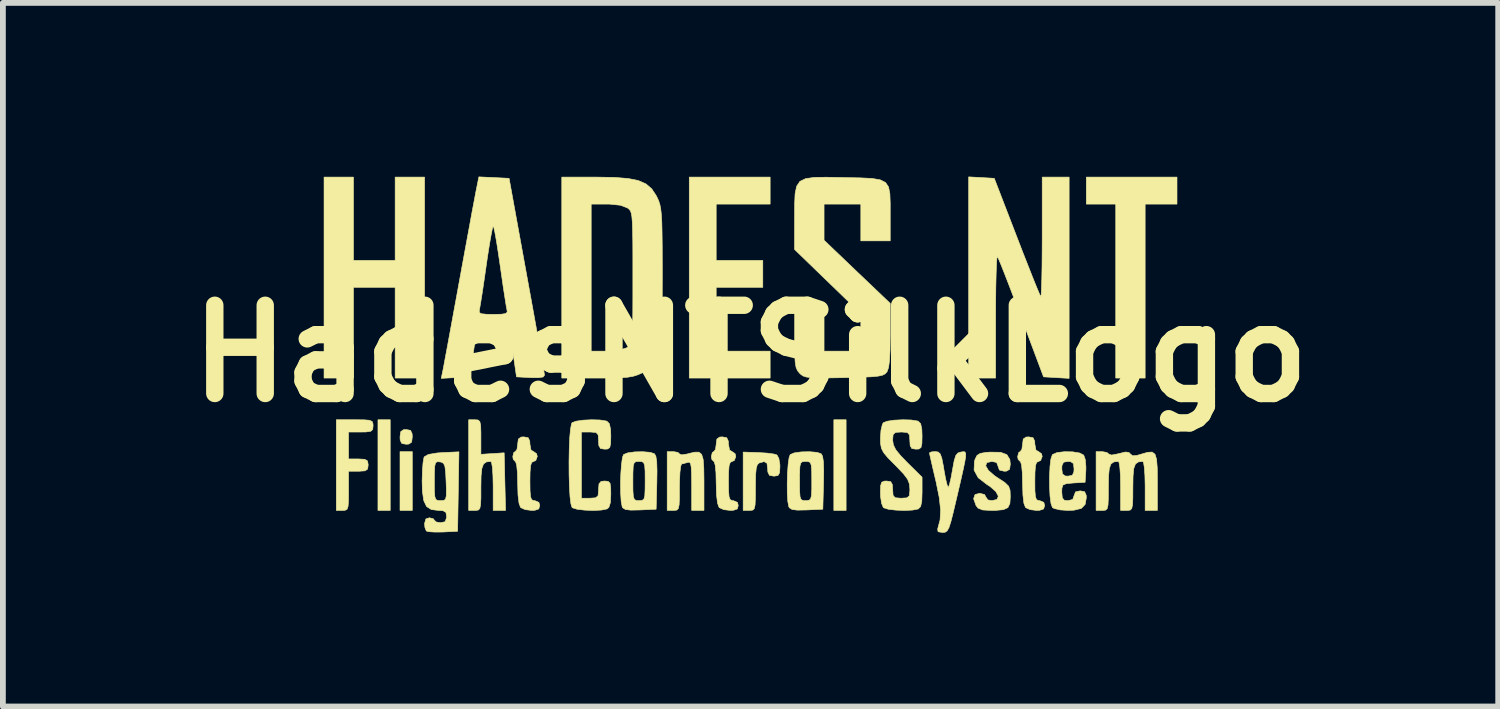
<source format=kicad_pcb>
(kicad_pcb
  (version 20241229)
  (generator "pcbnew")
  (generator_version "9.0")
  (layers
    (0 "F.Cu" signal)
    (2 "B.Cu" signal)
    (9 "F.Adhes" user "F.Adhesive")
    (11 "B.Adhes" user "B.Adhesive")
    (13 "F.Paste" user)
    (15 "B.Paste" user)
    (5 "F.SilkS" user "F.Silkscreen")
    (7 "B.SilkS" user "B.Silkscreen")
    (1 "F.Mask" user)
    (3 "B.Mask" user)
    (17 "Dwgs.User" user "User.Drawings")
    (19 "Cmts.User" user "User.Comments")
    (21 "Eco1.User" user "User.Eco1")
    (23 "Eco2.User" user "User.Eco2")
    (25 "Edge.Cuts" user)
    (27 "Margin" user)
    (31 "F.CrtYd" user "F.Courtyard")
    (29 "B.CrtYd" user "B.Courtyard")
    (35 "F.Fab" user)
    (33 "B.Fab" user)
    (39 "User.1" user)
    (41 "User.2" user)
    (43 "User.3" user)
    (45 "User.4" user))
  (footprint "HadesNTSilkLogo"
    (layer "F.Cu")
    (at 9.913 3.057)
    (property "Reference" "HadesNTSilkLogo" (at 0 0 0) (layer "F.SilkS") (effects (font (size 1.524 1.524) (thickness 0.3))))
    (attr through_hole)
    (fp_poly (pts (xy -6.223 2.709) (xy -6.435 2.709) (xy -6.435 1.143) (xy -6.223 1.143) (xy -6.223 2.709)) (stroke (width 0.01) (type solid)) (fill yes) (layer "F.SilkS"))
    (fp_poly (pts (xy -5.842 2.709) (xy -6.054 2.709) (xy -6.054 1.693) (xy -5.842 1.693) (xy -5.842 2.709)) (stroke (width 0.01) (type solid)) (fill yes) (layer "F.SilkS"))
    (fp_poly (pts (xy 1.651 2.709) (xy 1.439 2.709) (xy 1.439 1.143) (xy 1.651 1.143) (xy 1.651 2.709)) (stroke (width 0.01) (type solid)) (fill yes) (layer "F.SilkS"))
    (fp_poly (pts (xy 7.366 -2.582) (xy 6.816 -2.582) (xy 6.816 0.423) (xy 6.308 0.423) (xy 6.308 -2.582) (xy 5.8 -2.582) (xy 5.8 -3.048) (xy 7.366 -3.048) (xy 7.366 -2.582)) (stroke (width 0.01) (type solid)) (fill yes) (layer "F.SilkS"))
    (fp_poly (pts (xy -6.858 -1.609) (xy -6.138 -1.609) (xy -6.138 -3.048) (xy -5.63 -3.048) (xy -5.63 0.423) (xy -6.138 0.423) (xy -6.138 -1.143) (xy -6.858 -1.143) (xy -6.858 0.423) (xy -7.366 0.423) (xy -7.366 -3.048) (xy -6.858 -3.048) (xy -6.858 -1.609)) (stroke (width 0.01) (type solid)) (fill yes) (layer "F.SilkS"))
    (fp_poly (pts (xy -5.872 1.326) (xy -5.845 1.384) (xy -5.842 1.439) (xy -5.853 1.53) (xy -5.902 1.563) (xy -5.948 1.566) (xy -6.023 1.553) (xy -6.051 1.495) (xy -6.054 1.439) (xy -6.042 1.349) (xy -5.994 1.315) (xy -5.948 1.312) (xy -5.872 1.326)) (stroke (width 0.01) (type solid)) (fill yes) (layer "F.SilkS"))
    (fp_poly (pts (xy 0.339 -2.582) (xy -0.593 -2.582) (xy -0.593 -1.609) (xy 0.212 -1.609) (xy 0.212 -1.143) (xy -0.593 -1.143) (xy -0.593 -0.042) (xy 0.339 -0.042) (xy 0.339 0.423) (xy -1.058 0.423) (xy -1.058 -3.048) (xy 0.339 -3.048) (xy 0.339 -2.582)) (stroke (width 0.01) (type solid)) (fill yes) (layer "F.SilkS"))
    (fp_poly (pts (xy -6.675 1.144) (xy -6.581 1.152) (xy -6.535 1.173) (xy -6.521 1.212) (xy -6.519 1.249) (xy -6.526 1.312) (xy -6.561 1.343) (xy -6.646 1.354) (xy -6.731 1.355) (xy -6.943 1.355) (xy -6.943 1.82) (xy -6.773 1.82) (xy -6.664 1.826) (xy -6.616 1.853) (xy -6.604 1.917) (xy -6.604 1.926) (xy -6.613 1.994) (xy -6.657 2.025) (xy -6.759 2.032) (xy -6.773 2.032) (xy -6.943 2.032) (xy -6.943 2.371) (xy -6.944 2.539) (xy -6.951 2.639) (xy -6.969 2.69) (xy -7.004 2.707) (xy -7.048 2.709) (xy -7.154 2.709) (xy -7.154 1.143) (xy -6.837 1.143) (xy -6.675 1.144)) (stroke (width 0.01) (type solid)) (fill yes) (layer "F.SilkS"))
    (fp_poly (pts (xy -4.707 1.147) (xy -4.676 1.173) (xy -4.661 1.237) (xy -4.657 1.359) (xy -4.657 1.441) (xy -4.657 1.74) (xy -4.456 1.727) (xy -4.255 1.714) (xy -4.243 2.212) (xy -4.231 2.709) (xy -4.445 2.709) (xy -4.445 2.286) (xy -4.449 2.108) (xy -4.458 1.967) (xy -4.473 1.881) (xy -4.484 1.863) (xy -4.561 1.871) (xy -4.611 1.906) (xy -4.64 1.983) (xy -4.654 2.115) (xy -4.657 2.312) (xy -4.657 2.497) (xy -4.663 2.613) (xy -4.676 2.677) (xy -4.703 2.703) (xy -4.746 2.709) (xy -4.763 2.709) (xy -4.868 2.709) (xy -4.868 1.143) (xy -4.763 1.143) (xy -4.707 1.147)) (stroke (width 0.01) (type solid)) (fill yes) (layer "F.SilkS"))
    (fp_poly (pts (xy 0.138 1.71) (xy 0.286 1.719) (xy 0.403 1.735) (xy 0.456 1.751) (xy 0.489 1.81) (xy 0.507 1.918) (xy 0.508 1.95) (xy 0.502 2.058) (xy 0.474 2.106) (xy 0.409 2.117) (xy 0.402 2.117) (xy 0.327 2.103) (xy 0.299 2.045) (xy 0.296 1.99) (xy 0.284 1.893) (xy 0.235 1.866) (xy 0.152 1.888) (xy 0.119 1.916) (xy 0.099 1.979) (xy 0.088 2.093) (xy 0.085 2.274) (xy 0.085 2.312) (xy 0.084 2.497) (xy 0.079 2.613) (xy 0.065 2.677) (xy 0.039 2.703) (xy -0.005 2.709) (xy -0.021 2.709) (xy -0.127 2.709) (xy -0.127 1.701) (xy 0.138 1.71)) (stroke (width 0.01) (type solid)) (fill yes) (layer "F.SilkS"))
    (fp_poly (pts (xy -1.254 1.707) (xy -1.228 1.732) (xy -1.192 1.749) (xy -1.096 1.735) (xy -1.076 1.729) (xy -0.967 1.703) (xy -0.891 1.703) (xy -0.844 1.741) (xy -0.818 1.828) (xy -0.807 1.976) (xy -0.804 2.195) (xy -0.804 2.221) (xy -0.804 2.709) (xy -1.016 2.709) (xy -1.016 2.281) (xy -1.018 2.087) (xy -1.024 1.964) (xy -1.036 1.898) (xy -1.058 1.875) (xy -1.083 1.879) (xy -1.164 1.902) (xy -1.189 1.905) (xy -1.205 1.944) (xy -1.219 2.05) (xy -1.226 2.203) (xy -1.228 2.307) (xy -1.228 2.493) (xy -1.233 2.611) (xy -1.247 2.676) (xy -1.273 2.703) (xy -1.316 2.709) (xy -1.333 2.709) (xy -1.439 2.709) (xy -1.439 1.693) (xy -1.333 1.693) (xy -1.254 1.707)) (stroke (width 0.01) (type solid)) (fill yes) (layer "F.SilkS"))
    (fp_poly (pts (xy 3.989 -3.04) (xy 4.21 -3.027) (xy 4.599 -2.018) (xy 4.705 -1.743) (xy 4.803 -1.495) (xy 4.886 -1.284) (xy 4.952 -1.122) (xy 4.996 -1.018) (xy 5.013 -0.985) (xy 5.02 -1.018) (xy 5.026 -1.125) (xy 5.031 -1.294) (xy 5.035 -1.515) (xy 5.037 -1.777) (xy 5.038 -2.004) (xy 5.038 -3.048) (xy 5.503 -3.048) (xy 5.503 0.428) (xy 5.282 0.415) (xy 5.061 0.402) (xy 4.677 -0.623) (xy 4.572 -0.9) (xy 4.476 -1.152) (xy 4.393 -1.366) (xy 4.327 -1.533) (xy 4.282 -1.64) (xy 4.263 -1.677) (xy 4.255 -1.645) (xy 4.248 -1.54) (xy 4.242 -1.371) (xy 4.237 -1.15) (xy 4.234 -0.888) (xy 4.233 -0.642) (xy 4.233 0.423) (xy 3.768 0.423) (xy 3.768 -3.052) (xy 3.989 -3.04)) (stroke (width 0.01) (type solid)) (fill yes) (layer "F.SilkS"))
    (fp_poly (pts (xy -3.84 1.453) (xy -3.813 1.511) (xy -3.81 1.566) (xy -3.791 1.667) (xy -3.747 1.693) (xy -3.695 1.729) (xy -3.683 1.778) (xy -3.709 1.847) (xy -3.747 1.863) (xy -3.779 1.879) (xy -3.799 1.936) (xy -3.808 2.051) (xy -3.81 2.201) (xy -3.808 2.37) (xy -3.8 2.471) (xy -3.781 2.522) (xy -3.748 2.539) (xy -3.725 2.54) (xy -3.655 2.57) (xy -3.641 2.625) (xy -3.658 2.684) (xy -3.727 2.707) (xy -3.78 2.709) (xy -3.893 2.695) (xy -3.97 2.66) (xy -3.971 2.659) (xy -3.998 2.587) (xy -4.016 2.442) (xy -4.022 2.235) (xy -4.022 2.235) (xy -4.026 2.056) (xy -4.039 1.928) (xy -4.058 1.866) (xy -4.064 1.863) (xy -4.098 1.827) (xy -4.106 1.778) (xy -4.089 1.709) (xy -4.064 1.693) (xy -4.034 1.657) (xy -4.022 1.568) (xy -4.022 1.566) (xy -4.01 1.476) (xy -3.962 1.442) (xy -3.916 1.439) (xy -3.84 1.453)) (stroke (width 0.01) (type solid)) (fill yes) (layer "F.SilkS"))
    (fp_poly (pts (xy -0.411 1.453) (xy -0.384 1.511) (xy -0.381 1.566) (xy -0.362 1.667) (xy -0.318 1.693) (xy -0.266 1.729) (xy -0.254 1.778) (xy -0.28 1.847) (xy -0.318 1.863) (xy -0.35 1.879) (xy -0.37 1.936) (xy -0.379 2.051) (xy -0.381 2.201) (xy -0.379 2.37) (xy -0.371 2.471) (xy -0.352 2.522) (xy -0.319 2.539) (xy -0.296 2.54) (xy -0.226 2.57) (xy -0.212 2.625) (xy -0.229 2.684) (xy -0.298 2.707) (xy -0.351 2.709) (xy -0.464 2.695) (xy -0.541 2.66) (xy -0.542 2.659) (xy -0.569 2.587) (xy -0.587 2.442) (xy -0.593 2.235) (xy -0.593 2.235) (xy -0.597 2.056) (xy -0.61 1.928) (xy -0.629 1.866) (xy -0.635 1.863) (xy -0.669 1.827) (xy -0.677 1.778) (xy -0.66 1.709) (xy -0.635 1.693) (xy -0.605 1.657) (xy -0.593 1.568) (xy -0.593 1.566) (xy -0.581 1.476) (xy -0.533 1.442) (xy -0.487 1.439) (xy -0.411 1.453)) (stroke (width 0.01) (type solid)) (fill yes) (layer "F.SilkS"))
    (fp_poly (pts (xy 4.88 1.453) (xy 4.908 1.511) (xy 4.911 1.566) (xy 4.93 1.667) (xy 4.974 1.693) (xy 5.026 1.729) (xy 5.038 1.778) (xy 5.011 1.847) (xy 4.974 1.863) (xy 4.942 1.879) (xy 4.922 1.936) (xy 4.913 2.051) (xy 4.911 2.201) (xy 4.912 2.37) (xy 4.921 2.471) (xy 4.939 2.522) (xy 4.973 2.539) (xy 4.995 2.54) (xy 5.066 2.57) (xy 5.08 2.625) (xy 5.062 2.684) (xy 4.994 2.707) (xy 4.94 2.709) (xy 4.828 2.695) (xy 4.751 2.66) (xy 4.75 2.659) (xy 4.722 2.587) (xy 4.705 2.442) (xy 4.699 2.235) (xy 4.699 2.235) (xy 4.694 2.056) (xy 4.682 1.928) (xy 4.663 1.866) (xy 4.657 1.863) (xy 4.622 1.827) (xy 4.614 1.778) (xy 4.632 1.709) (xy 4.657 1.693) (xy 4.686 1.657) (xy 4.699 1.568) (xy 4.699 1.566) (xy 4.71 1.476) (xy 4.759 1.442) (xy 4.805 1.439) (xy 4.88 1.453)) (stroke (width 0.01) (type solid)) (fill yes) (layer "F.SilkS"))
    (fp_poly (pts (xy -1.733 1.706) (xy -1.66 1.729) (xy -1.635 1.772) (xy -1.62 1.867) (xy -1.615 2.025) (xy -1.618 2.226) (xy -1.63 2.688) (xy -1.91 2.701) (xy -2.068 2.704) (xy -2.16 2.693) (xy -2.206 2.665) (xy -2.217 2.644) (xy -2.234 2.555) (xy -2.243 2.414) (xy -2.245 2.244) (xy -2.244 2.201) (xy -2.032 2.201) (xy -2.031 2.369) (xy -2.024 2.47) (xy -2.006 2.52) (xy -1.971 2.538) (xy -1.926 2.54) (xy -1.874 2.536) (xy -1.842 2.514) (xy -1.826 2.456) (xy -1.821 2.344) (xy -1.82 2.201) (xy -1.821 2.033) (xy -1.828 1.933) (xy -1.847 1.882) (xy -1.882 1.865) (xy -1.926 1.863) (xy -1.979 1.866) (xy -2.01 1.889) (xy -2.026 1.947) (xy -2.031 2.059) (xy -2.032 2.201) (xy -2.244 2.201) (xy -2.24 2.069) (xy -2.228 1.911) (xy -2.212 1.794) (xy -2.193 1.744) (xy -2.121 1.715) (xy -1.999 1.698) (xy -1.859 1.695) (xy -1.733 1.706)) (stroke (width 0.01) (type solid)) (fill yes) (layer "F.SilkS"))
    (fp_poly (pts (xy 1.146 1.706) (xy 1.219 1.729) (xy 1.244 1.772) (xy 1.259 1.867) (xy 1.264 2.025) (xy 1.261 2.226) (xy 1.249 2.688) (xy 0.968 2.701) (xy 0.811 2.704) (xy 0.719 2.693) (xy 0.673 2.665) (xy 0.661 2.644) (xy 0.644 2.555) (xy 0.635 2.414) (xy 0.634 2.244) (xy 0.635 2.201) (xy 0.847 2.201) (xy 0.848 2.369) (xy 0.855 2.47) (xy 0.873 2.52) (xy 0.908 2.538) (xy 0.953 2.54) (xy 1.005 2.536) (xy 1.036 2.514) (xy 1.052 2.456) (xy 1.058 2.344) (xy 1.058 2.201) (xy 1.057 2.033) (xy 1.05 1.933) (xy 1.032 1.882) (xy 0.997 1.865) (xy 0.953 1.863) (xy 0.9 1.866) (xy 0.869 1.889) (xy 0.853 1.947) (xy 0.847 2.059) (xy 0.847 2.201) (xy 0.635 2.201) (xy 0.639 2.069) (xy 0.65 1.911) (xy 0.667 1.794) (xy 0.686 1.744) (xy 0.757 1.715) (xy 0.88 1.698) (xy 1.02 1.695) (xy 1.146 1.706)) (stroke (width 0.01) (type solid)) (fill yes) (layer "F.SilkS"))
    (fp_poly (pts (xy 3.242 1.7) (xy 3.277 1.733) (xy 3.304 1.808) (xy 3.331 1.944) (xy 3.342 2.014) (xy 3.369 2.162) (xy 3.395 2.267) (xy 3.415 2.311) (xy 3.418 2.311) (xy 3.437 2.259) (xy 3.463 2.148) (xy 3.49 2.001) (xy 3.49 2) (xy 3.518 1.847) (xy 3.547 1.758) (xy 3.584 1.716) (xy 3.637 1.7) (xy 3.675 1.695) (xy 3.701 1.698) (xy 3.716 1.72) (xy 3.717 1.77) (xy 3.703 1.86) (xy 3.674 2) (xy 3.629 2.2) (xy 3.566 2.47) (xy 3.552 2.529) (xy 3.499 2.754) (xy 3.459 2.909) (xy 3.427 3.007) (xy 3.396 3.062) (xy 3.363 3.085) (xy 3.32 3.09) (xy 3.315 3.09) (xy 3.239 3.077) (xy 3.232 3.03) (xy 3.234 3.023) (xy 3.274 2.873) (xy 3.283 2.701) (xy 3.26 2.488) (xy 3.205 2.216) (xy 3.199 2.191) (xy 3.155 2.006) (xy 3.12 1.853) (xy 3.097 1.75) (xy 3.09 1.715) (xy 3.126 1.698) (xy 3.19 1.693) (xy 3.242 1.7)) (stroke (width 0.01) (type solid)) (fill yes) (layer "F.SilkS"))
    (fp_poly (pts (xy 4.319 1.705) (xy 4.427 1.745) (xy 4.479 1.829) (xy 4.487 1.91) (xy 4.475 1.999) (xy 4.422 2.03) (xy 4.381 2.032) (xy 4.299 2.012) (xy 4.276 1.947) (xy 4.251 1.881) (xy 4.17 1.863) (xy 4.081 1.883) (xy 4.062 1.938) (xy 4.108 2.017) (xy 4.216 2.111) (xy 4.276 2.151) (xy 4.395 2.229) (xy 4.458 2.291) (xy 4.483 2.364) (xy 4.487 2.47) (xy 4.48 2.589) (xy 4.445 2.661) (xy 4.367 2.696) (xy 4.229 2.709) (xy 4.147 2.709) (xy 4.009 2.701) (xy 3.931 2.67) (xy 3.896 2.627) (xy 3.853 2.507) (xy 3.878 2.435) (xy 3.958 2.413) (xy 4.043 2.435) (xy 4.064 2.477) (xy 4.101 2.528) (xy 4.17 2.54) (xy 4.258 2.519) (xy 4.28 2.463) (xy 4.238 2.384) (xy 4.138 2.296) (xy 4.085 2.262) (xy 3.933 2.145) (xy 3.861 2.013) (xy 3.868 1.861) (xy 3.879 1.825) (xy 3.912 1.759) (xy 3.968 1.724) (xy 4.072 1.706) (xy 4.142 1.702) (xy 4.319 1.705)) (stroke (width 0.01) (type solid)) (fill yes) (layer "F.SilkS"))
    (fp_poly (pts (xy -2.602 1.147) (xy -2.494 1.164) (xy -2.48 1.169) (xy -2.438 1.211) (xy -2.417 1.309) (xy -2.413 1.423) (xy -2.416 1.554) (xy -2.431 1.622) (xy -2.468 1.648) (xy -2.519 1.651) (xy -2.59 1.64) (xy -2.62 1.59) (xy -2.625 1.503) (xy -2.631 1.404) (xy -2.668 1.363) (xy -2.762 1.355) (xy -2.773 1.355) (xy -2.921 1.355) (xy -2.921 2.498) (xy -2.773 2.498) (xy -2.674 2.491) (xy -2.633 2.454) (xy -2.625 2.361) (xy -2.625 2.349) (xy -2.617 2.249) (xy -2.581 2.208) (xy -2.519 2.201) (xy -2.458 2.208) (xy -2.426 2.24) (xy -2.415 2.32) (xy -2.413 2.43) (xy -2.421 2.577) (xy -2.447 2.657) (xy -2.48 2.684) (xy -2.578 2.703) (xy -2.716 2.71) (xy -2.865 2.704) (xy -2.994 2.689) (xy -3.075 2.664) (xy -3.082 2.659) (xy -3.102 2.597) (xy -3.118 2.468) (xy -3.128 2.291) (xy -3.134 2.083) (xy -3.135 1.862) (xy -3.131 1.647) (xy -3.123 1.454) (xy -3.109 1.303) (xy -3.091 1.211) (xy -3.082 1.194) (xy -3.014 1.168) (xy -2.892 1.15) (xy -2.745 1.143) (xy -2.602 1.147)) (stroke (width 0.01) (type solid)) (fill yes) (layer "F.SilkS"))
    (fp_poly (pts (xy 5.561 1.697) (xy 5.684 1.717) (xy 5.755 1.754) (xy 5.782 1.831) (xy 5.793 1.957) (xy 5.792 2.018) (xy 5.779 2.223) (xy 5.577 2.235) (xy 5.456 2.246) (xy 5.397 2.27) (xy 5.378 2.325) (xy 5.376 2.394) (xy 5.385 2.493) (xy 5.421 2.534) (xy 5.482 2.54) (xy 5.565 2.52) (xy 5.588 2.455) (xy 5.613 2.389) (xy 5.694 2.371) (xy 5.771 2.386) (xy 5.798 2.448) (xy 5.8 2.489) (xy 5.78 2.605) (xy 5.714 2.674) (xy 5.587 2.705) (xy 5.482 2.709) (xy 5.348 2.7) (xy 5.246 2.676) (xy 5.215 2.659) (xy 5.19 2.591) (xy 5.173 2.463) (xy 5.165 2.298) (xy 5.164 2.121) (xy 5.171 1.99) (xy 5.376 1.99) (xy 5.388 2.08) (xy 5.436 2.114) (xy 5.482 2.117) (xy 5.558 2.103) (xy 5.585 2.045) (xy 5.588 1.99) (xy 5.577 1.899) (xy 5.528 1.866) (xy 5.482 1.863) (xy 5.407 1.876) (xy 5.379 1.934) (xy 5.376 1.99) (xy 5.171 1.99) (xy 5.172 1.954) (xy 5.188 1.821) (xy 5.213 1.747) (xy 5.215 1.744) (xy 5.294 1.71) (xy 5.42 1.695) (xy 5.561 1.697)) (stroke (width 0.01) (type solid)) (fill yes) (layer "F.SilkS"))
    (fp_poly (pts (xy -5.059 3.069) (xy -5.315 3.082) (xy -5.455 3.083) (xy -5.56 3.076) (xy -5.6 3.064) (xy -5.624 3.002) (xy -5.63 2.935) (xy -5.607 2.856) (xy -5.546 2.836) (xy -5.477 2.854) (xy -5.461 2.879) (xy -5.425 2.91) (xy -5.355 2.921) (xy -5.275 2.904) (xy -5.25 2.835) (xy -5.249 2.815) (xy -5.261 2.742) (xy -5.313 2.714) (xy -5.391 2.709) (xy -5.513 2.694) (xy -5.595 2.642) (xy -5.644 2.539) (xy -5.668 2.374) (xy -5.672 2.198) (xy -5.461 2.198) (xy -5.46 2.367) (xy -5.453 2.469) (xy -5.435 2.52) (xy -5.401 2.538) (xy -5.353 2.54) (xy -5.299 2.537) (xy -5.268 2.516) (xy -5.255 2.459) (xy -5.253 2.349) (xy -5.258 2.212) (xy -5.266 2.046) (xy -5.279 1.947) (xy -5.302 1.896) (xy -5.342 1.875) (xy -5.366 1.87) (xy -5.413 1.868) (xy -5.441 1.889) (xy -5.455 1.948) (xy -5.46 2.064) (xy -5.461 2.198) (xy -5.672 2.198) (xy -5.672 2.198) (xy -5.667 2.027) (xy -5.656 1.884) (xy -5.64 1.795) (xy -5.634 1.782) (xy -5.563 1.742) (xy -5.415 1.717) (xy -5.316 1.71) (xy -5.036 1.697) (xy -5.059 3.069)) (stroke (width 0.01) (type solid)) (fill yes) (layer "F.SilkS"))
    (fp_poly (pts (xy 6.155 1.708) (xy 6.188 1.735) (xy 6.236 1.753) (xy 6.349 1.731) (xy 6.364 1.727) (xy 6.476 1.7) (xy 6.536 1.708) (xy 6.56 1.733) (xy 6.6 1.765) (xy 6.674 1.759) (xy 6.749 1.737) (xy 6.86 1.705) (xy 6.937 1.701) (xy 6.986 1.738) (xy 7.013 1.825) (xy 7.025 1.974) (xy 7.027 2.196) (xy 7.027 2.221) (xy 7.027 2.709) (xy 6.816 2.709) (xy 6.816 2.286) (xy 6.812 2.108) (xy 6.802 1.967) (xy 6.788 1.881) (xy 6.777 1.863) (xy 6.7 1.871) (xy 6.649 1.906) (xy 6.62 1.983) (xy 6.607 2.115) (xy 6.604 2.312) (xy 6.603 2.497) (xy 6.598 2.613) (xy 6.584 2.677) (xy 6.558 2.703) (xy 6.514 2.709) (xy 6.498 2.709) (xy 6.392 2.709) (xy 6.392 2.286) (xy 6.389 2.108) (xy 6.379 1.967) (xy 6.365 1.881) (xy 6.353 1.863) (xy 6.276 1.871) (xy 6.226 1.906) (xy 6.197 1.983) (xy 6.184 2.115) (xy 6.181 2.312) (xy 6.18 2.497) (xy 6.175 2.613) (xy 6.161 2.677) (xy 6.135 2.703) (xy 6.091 2.709) (xy 6.075 2.709) (xy 5.969 2.709) (xy 5.969 1.693) (xy 6.071 1.693) (xy 6.155 1.708)) (stroke (width 0.01) (type solid)) (fill yes) (layer "F.SilkS"))
    (fp_poly (pts (xy 1.59 -3.041) (xy 1.615 -3.04) (xy 1.893 -3.035) (xy 2.098 -3.025) (xy 2.24 -3.001) (xy 2.332 -2.955) (xy 2.384 -2.878) (xy 2.407 -2.761) (xy 2.413 -2.594) (xy 2.413 -2.405) (xy 2.413 -1.947) (xy 1.905 -1.947) (xy 1.905 -2.582) (xy 1.27 -2.582) (xy 1.27 -1.958) (xy 1.841 -1.412) (xy 2.413 -0.867) (xy 2.413 -0.314) (xy 2.41 -0.061) (xy 2.401 0.12) (xy 2.384 0.241) (xy 2.359 0.312) (xy 2.353 0.32) (xy 2.323 0.351) (xy 2.278 0.374) (xy 2.203 0.39) (xy 2.087 0.401) (xy 1.915 0.408) (xy 1.674 0.414) (xy 1.615 0.416) (xy 1.36 0.42) (xy 1.175 0.421) (xy 1.048 0.416) (xy 0.963 0.405) (xy 0.908 0.387) (xy 0.868 0.359) (xy 0.85 0.342) (xy 0.811 0.295) (xy 0.786 0.236) (xy 0.771 0.146) (xy 0.764 0.008) (xy 0.762 -0.194) (xy 0.762 -0.233) (xy 0.762 -0.72) (xy 1.27 -0.72) (xy 1.27 -0.042) (xy 1.905 -0.042) (xy 1.905 -0.691) (xy 0.76 -1.799) (xy 0.761 -2.339) (xy 0.762 -2.582) (xy 0.77 -2.763) (xy 0.797 -2.891) (xy 0.853 -2.974) (xy 0.95 -3.021) (xy 1.098 -3.043) (xy 1.307 -3.046) (xy 1.59 -3.041)) (stroke (width 0.01) (type solid)) (fill yes) (layer "F.SilkS"))
    (fp_poly (pts (xy -2.351 -3.043) (xy -2.114 -3.024) (xy -1.936 -2.988) (xy -1.805 -2.93) (xy -1.707 -2.846) (xy -1.631 -2.732) (xy -1.611 -2.693) (xy -1.586 -2.637) (xy -1.566 -2.576) (xy -1.551 -2.501) (xy -1.54 -2.401) (xy -1.532 -2.265) (xy -1.528 -2.084) (xy -1.525 -1.846) (xy -1.524 -1.542) (xy -1.524 -1.288) (xy -1.525 -0.9) (xy -1.528 -0.586) (xy -1.535 -0.339) (xy -1.549 -0.148) (xy -1.571 -0.004) (xy -1.604 0.102) (xy -1.648 0.179) (xy -1.707 0.238) (xy -1.782 0.286) (xy -1.861 0.328) (xy -1.945 0.366) (xy -2.03 0.393) (xy -2.134 0.41) (xy -2.275 0.419) (xy -2.47 0.423) (xy -2.655 0.423) (xy -3.26 0.423) (xy -3.26 -2.582) (xy -2.752 -2.582) (xy -2.752 -0.042) (xy -2.486 -0.042) (xy -2.282 -0.056) (xy -2.145 -0.097) (xy -2.126 -0.108) (xy -2.098 -0.13) (xy -2.076 -0.157) (xy -2.06 -0.201) (xy -2.048 -0.27) (xy -2.04 -0.374) (xy -2.035 -0.525) (xy -2.033 -0.731) (xy -2.032 -1.003) (xy -2.032 -1.312) (xy -2.032 -1.652) (xy -2.033 -1.917) (xy -2.036 -2.117) (xy -2.041 -2.263) (xy -2.049 -2.363) (xy -2.061 -2.429) (xy -2.078 -2.471) (xy -2.101 -2.497) (xy -2.126 -2.516) (xy -2.247 -2.562) (xy -2.438 -2.582) (xy -2.486 -2.582) (xy -2.752 -2.582) (xy -3.26 -2.582) (xy -3.26 -3.048) (xy -2.659 -3.048) (xy -2.351 -3.043)) (stroke (width 0.01) (type solid)) (fill yes) (layer "F.SilkS"))
    (fp_poly (pts (xy -4.17 -3.027) (xy -3.866 -1.355) (xy -3.799 -0.988) (xy -3.737 -0.646) (xy -3.682 -0.339) (xy -3.635 -0.075) (xy -3.598 0.136) (xy -3.572 0.285) (xy -3.559 0.364) (xy -3.558 0.373) (xy -3.582 0.404) (xy -3.667 0.417) (xy -3.799 0.415) (xy -4.042 0.402) (xy -4.085 0.106) (xy -4.128 -0.191) (xy -4.762 -0.191) (xy -4.847 0.402) (xy -5.094 0.415) (xy -5.342 0.428) (xy -5.317 0.309) (xy -5.303 0.24) (xy -5.277 0.098) (xy -5.239 -0.105) (xy -5.192 -0.36) (xy -5.138 -0.655) (xy -5.128 -0.71) (xy -4.685 -0.71) (xy -4.649 -0.688) (xy -4.558 -0.679) (xy -4.445 -0.677) (xy -4.302 -0.68) (xy -4.227 -0.692) (xy -4.202 -0.719) (xy -4.206 -0.751) (xy -4.219 -0.817) (xy -4.24 -0.951) (xy -4.269 -1.136) (xy -4.301 -1.358) (xy -4.323 -1.513) (xy -4.357 -1.743) (xy -4.388 -1.94) (xy -4.415 -2.091) (xy -4.435 -2.181) (xy -4.444 -2.201) (xy -4.458 -2.162) (xy -4.48 -2.052) (xy -4.509 -1.886) (xy -4.542 -1.678) (xy -4.566 -1.513) (xy -4.6 -1.277) (xy -4.631 -1.066) (xy -4.658 -0.897) (xy -4.677 -0.785) (xy -4.684 -0.751) (xy -4.685 -0.71) (xy -5.128 -0.71) (xy -5.078 -0.98) (xy -5.037 -1.206) (xy -4.974 -1.551) (xy -4.914 -1.878) (xy -4.859 -2.176) (xy -4.812 -2.433) (xy -4.773 -2.638) (xy -4.747 -2.779) (xy -4.737 -2.828) (xy -4.692 -3.052) (xy -4.17 -3.027)) (stroke (width 0.01) (type solid)) (fill yes) (layer "F.SilkS"))
    (fp_poly (pts (xy 2.774 1.147) (xy 2.882 1.164) (xy 2.896 1.169) (xy 2.939 1.211) (xy 2.959 1.309) (xy 2.963 1.423) (xy 2.96 1.554) (xy 2.945 1.622) (xy 2.908 1.648) (xy 2.857 1.651) (xy 2.786 1.64) (xy 2.757 1.59) (xy 2.752 1.503) (xy 2.745 1.404) (xy 2.708 1.363) (xy 2.615 1.355) (xy 2.603 1.355) (xy 2.504 1.361) (xy 2.463 1.398) (xy 2.455 1.488) (xy 2.455 1.494) (xy 2.467 1.576) (xy 2.509 1.661) (xy 2.593 1.764) (xy 2.709 1.884) (xy 2.963 2.135) (xy 2.963 2.397) (xy 2.958 2.553) (xy 2.938 2.642) (xy 2.899 2.682) (xy 2.896 2.684) (xy 2.798 2.703) (xy 2.66 2.71) (xy 2.511 2.704) (xy 2.382 2.689) (xy 2.302 2.664) (xy 2.294 2.659) (xy 2.264 2.588) (xy 2.246 2.469) (xy 2.244 2.405) (xy 2.247 2.282) (xy 2.266 2.222) (xy 2.312 2.203) (xy 2.349 2.201) (xy 2.421 2.212) (xy 2.45 2.262) (xy 2.455 2.349) (xy 2.462 2.449) (xy 2.499 2.49) (xy 2.592 2.498) (xy 2.603 2.498) (xy 2.7 2.492) (xy 2.742 2.458) (xy 2.752 2.371) (xy 2.752 2.338) (xy 2.744 2.25) (xy 2.713 2.171) (xy 2.646 2.081) (xy 2.531 1.959) (xy 2.498 1.926) (xy 2.373 1.8) (xy 2.298 1.71) (xy 2.26 1.634) (xy 2.245 1.548) (xy 2.244 1.46) (xy 2.253 1.326) (xy 2.277 1.224) (xy 2.294 1.194) (xy 2.362 1.168) (xy 2.484 1.15) (xy 2.631 1.143) (xy 2.774 1.147)) (stroke (width 0.01) (type solid)) (fill yes) (layer "F.SilkS")))
  (gr_rect
    (start -3 -3)
    (end 22.827 9.153)
    (stroke (width 0.1) (type default))
    (fill no)
    (layer "Edge.Cuts")))
</source>
